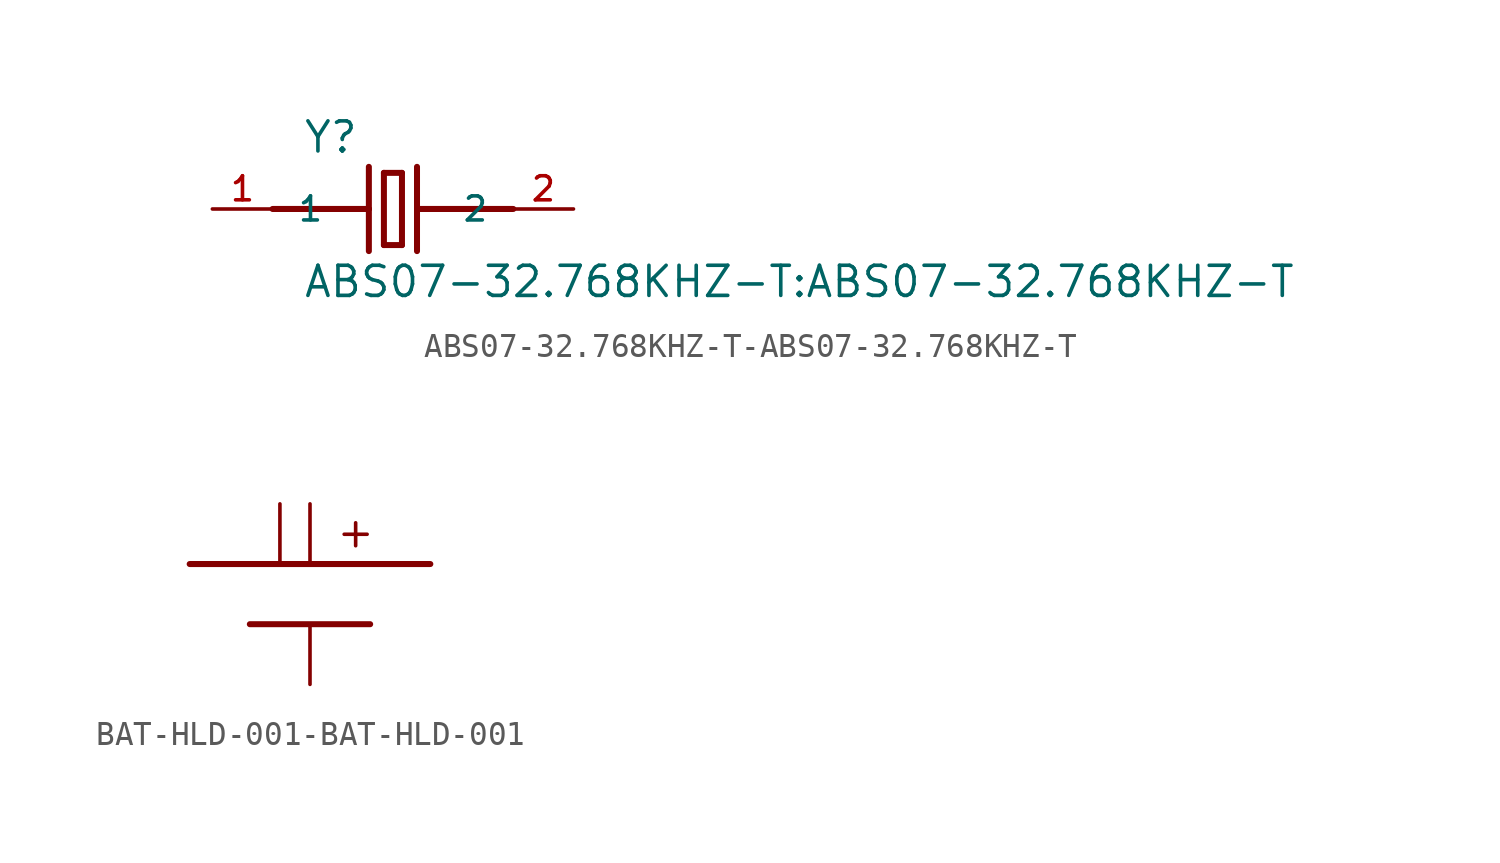
<source format=kicad_sym>
(kicad_symbol_lib
  (version 20220914)
  (generator kicad_symbol_editor)
  (symbol "ABS07-32.768KHZ-T-ABS07-32.768KHZ-T"
    (pin_names
      (offset 1.016))
    (property "Reference" "Y"
      (at -3.81 2.286 0)
      (effects (font (size 1.27 1.27)) (justify left bottom)))
    (property "Value" "ABS07-32.768KHZ-T:ABS07-32.768KHZ-T"
      (at -3.81 -3.81 0)
      (effects (font (size 1.27 1.27)) (justify left bottom)))
    (property "ki_locked" ""
      (at 0 0 0)
      (effects (font (size 1.27 1.27))))
    (symbol "ABS07-32.768KHZ-T-ABS07-32.768KHZ-T_0_0"
      (polyline (pts (xy -5.08 0) (xy -1.016 0)) (stroke (width 0.254) (type solid)) (fill (type none)))
      (polyline (pts (xy -1.016 0) (xy -1.016 -1.778)) (stroke (width 0.254) (type solid)) (fill (type none)))
      (polyline (pts (xy -1.016 1.778) (xy -1.016 0)) (stroke (width 0.254) (type solid)) (fill (type none)))
      (polyline (pts (xy -0.381 -1.524) (xy 0.381 -1.524)) (stroke (width 0.254) (type solid)) (fill (type none)))
      (polyline (pts (xy -0.381 1.524) (xy -0.381 -1.524)) (stroke (width 0.254) (type solid)) (fill (type none)))
      (polyline (pts (xy 0.381 -1.524) (xy 0.381 1.524)) (stroke (width 0.254) (type solid)) (fill (type none)))
      (polyline (pts (xy 0.381 1.524) (xy -0.381 1.524)) (stroke (width 0.254) (type solid)) (fill (type none)))
      (polyline (pts (xy 1.016 0) (xy 1.016 -1.778)) (stroke (width 0.254) (type solid)) (fill (type none)))
      (polyline (pts (xy 1.016 1.778) (xy 1.016 0)) (stroke (width 0.254) (type solid)) (fill (type none)))
      (polyline (pts (xy 5.08 0) (xy 1.016 0)) (stroke (width 0.254) (type solid)) (fill (type none)))
      (pin passive line (at -7.62 0 0) (length 2.54) (name "1" (effects (font (size 1.016 1.016)))) (number "1" (effects (font (size 1.016 1.016)))))
      (pin passive line (at 7.62 0 180) (length 2.54) (name "2" (effects (font (size 1.016 1.016)))) (number "2" (effects (font (size 1.016 1.016)))))))
  (symbol "BAT-HLD-001-BAT-HLD-001"
    (pin_numbers hide)
    (pin_names
      (offset 1.016) hide)
    (property "Reference" "U"
      (at 0 0 0)
      (effects (font (size 1.27 1.27)) (justify left bottom) hide))
    (property "ki_locked" ""
      (at 0 0 0)
      (effects (font (size 1.27 1.27))))
    (symbol "BAT-HLD-001-BAT-HLD-001_0_0"
      (polyline (pts (xy -5.08 0) (xy 5.08 0)) (stroke (width 0.254) (type solid)) (fill (type none)))
      (polyline (pts (xy -2.54 -2.54) (xy 2.54 -2.54)) (stroke (width 0.254) (type solid)) (fill (type none)))
      (text "+" (at 1.041 0.61 0) (effects (font (size 1.27 1.27)) (justify left bottom)))
      (pin bidirectional line (at -1.27 2.54 270) (length 2.54) (name "+@1" (effects (font (size 1.016 1.016)))) (number "+@1" (effects (font (size 1.016 1.016)))))
      (pin bidirectional line (at 0 2.54 270) (length 2.54) (name "+@2" (effects (font (size 1.016 1.016)))) (number "+@2" (effects (font (size 1.016 1.016)))))
      (pin bidirectional line (at 0 -5.08 90) (length 2.54) (name "-" (effects (font (size 1.016 1.016)))) (number "-" (effects (font (size 1.016 1.016))))))))
</source>
